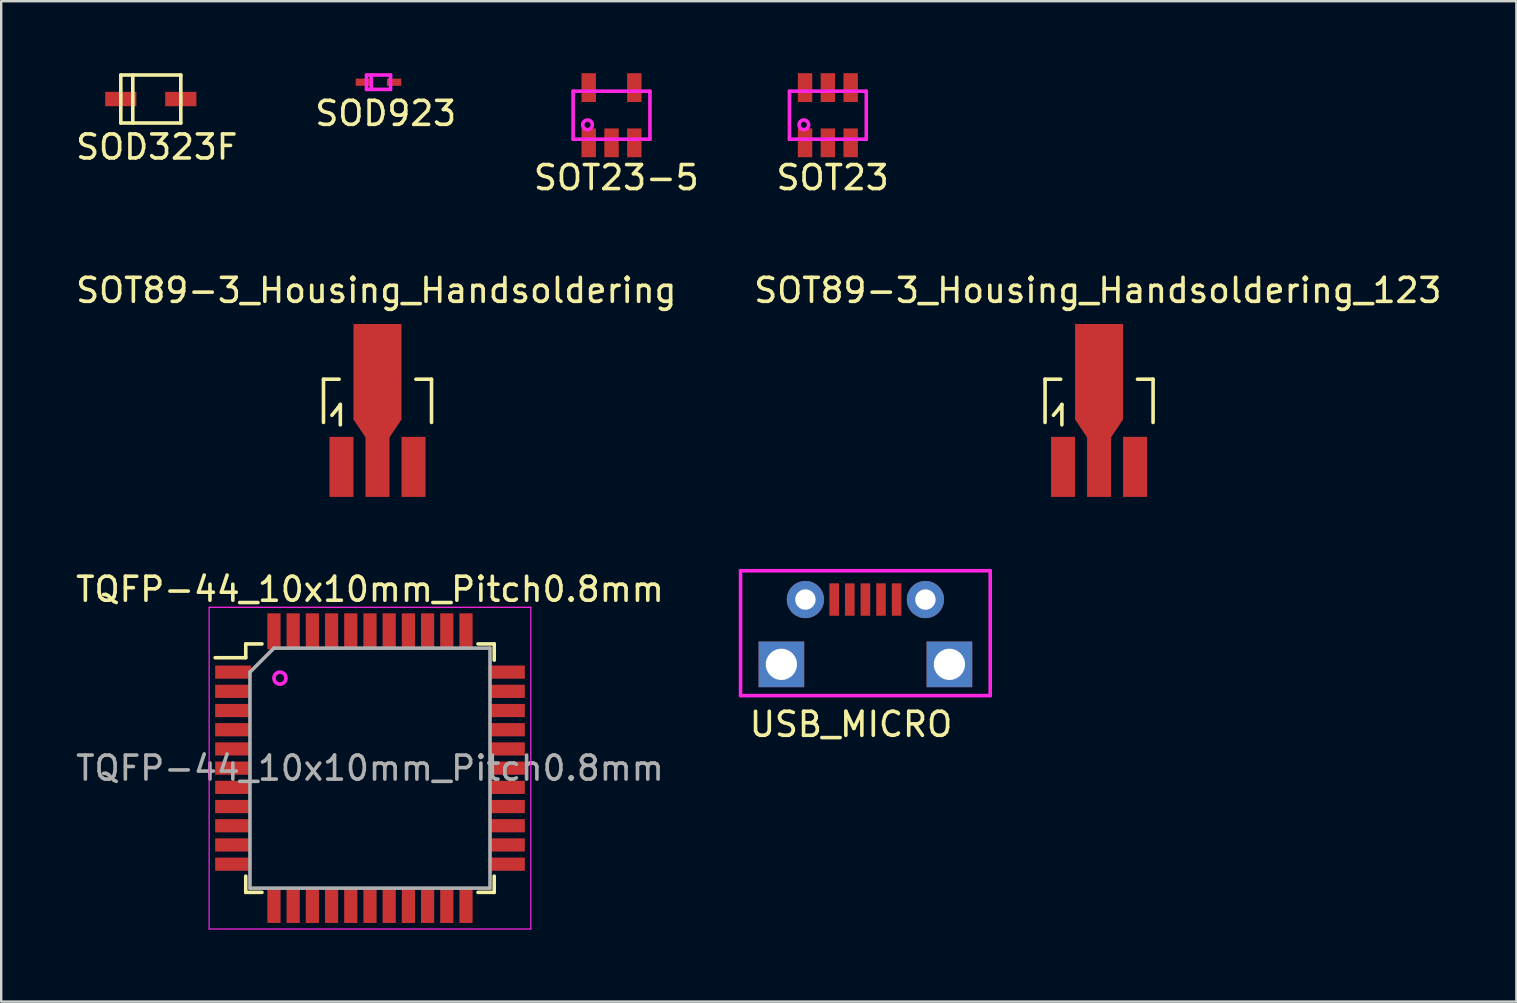
<source format=kicad_pcb>
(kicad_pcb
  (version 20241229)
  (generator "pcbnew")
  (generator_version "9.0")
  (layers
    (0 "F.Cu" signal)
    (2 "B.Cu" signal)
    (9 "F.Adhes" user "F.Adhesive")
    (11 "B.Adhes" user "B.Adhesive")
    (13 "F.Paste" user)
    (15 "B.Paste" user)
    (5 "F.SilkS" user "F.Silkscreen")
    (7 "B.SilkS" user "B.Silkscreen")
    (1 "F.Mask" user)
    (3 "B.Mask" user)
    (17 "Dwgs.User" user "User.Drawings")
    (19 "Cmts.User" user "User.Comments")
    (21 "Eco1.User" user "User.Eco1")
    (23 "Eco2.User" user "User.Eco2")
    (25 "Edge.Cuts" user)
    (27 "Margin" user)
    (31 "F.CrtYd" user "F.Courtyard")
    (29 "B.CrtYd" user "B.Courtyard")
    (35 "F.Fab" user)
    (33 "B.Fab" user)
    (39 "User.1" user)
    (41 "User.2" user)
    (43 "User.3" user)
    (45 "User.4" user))
  (footprint "SOD923"
    (layer "F.Cu")
    (at 12.718 0.375)
    (property "Reference" "SOD923" (at 0.3 1.3 0) (layer "F.SilkS") (effects (font (size 1 1) (thickness 0.15))))
    (attr through_hole)
    (fp_line (start -0.5 -0.3) (end 0.5 -0.3) (stroke (width 0.15) (type solid)) (layer "F.CrtYd"))
    (fp_line (start -0.5 0.3) (end -0.5 -0.3) (stroke (width 0.15) (type solid)) (layer "F.CrtYd"))
    (fp_line (start -0.3 -0.3) (end -0.3 0.3) (stroke (width 0.15) (type solid)) (layer "F.CrtYd"))
    (fp_line (start 0.5 -0.3) (end 0.5 0.3) (stroke (width 0.15) (type solid)) (layer "F.CrtYd"))
    (fp_line (start 0.5 0.3) (end -0.5 0.3) (stroke (width 0.15) (type solid)) (layer "F.CrtYd"))
    (pad "1" smd rect (at -0.65 0) (size 0.6 0.3) (layers "F.Cu" "F.Mask" "F.Paste"))
    (pad "2" smd rect (at 0.65 0) (size 0.6 0.3) (layers "F.Cu" "F.Mask" "F.Paste")))
  (footprint "SOD323F"
    (layer "F.Cu")
    (at 3.482 1.075)
    (property "Reference" "SOD323F" (at 0 2 0) (layer "F.SilkS") (effects (font (size 1 1) (thickness 0.15))))
    (attr through_hole)
    (fp_line (start -1.5 -1) (end -1.5 1) (stroke (width 0.15) (type solid)) (layer "F.SilkS"))
    (fp_line (start -1.5 1) (end 1 1) (stroke (width 0.15) (type solid)) (layer "F.SilkS"))
    (fp_line (start -1 -1) (end -1 1) (stroke (width 0.15) (type solid)) (layer "F.SilkS"))
    (fp_line (start 1 -1) (end -1.5 -1) (stroke (width 0.15) (type solid)) (layer "F.SilkS"))
    (fp_line (start 1 1) (end 1 -1) (stroke (width 0.15) (type solid)) (layer "F.SilkS"))
    (pad "1" smd rect (at -1.5 0) (size 1.3 0.6) (layers "F.Cu" "F.Mask" "F.Paste"))
    (pad "2" smd rect (at 1 0) (size 1.3 0.6) (layers "F.Cu" "F.Mask" "F.Paste")))
  (footprint "TQFP-44_10x10mm_Pitch0.8mm"
    (layer "F.Cu")
    (at 12.363 28.949)
    (property "Reference" "TQFP-44_10x10mm_Pitch0.8mm" (at 0 -7.45 0) (layer "F.SilkS") (effects (font (size 1 1) (thickness 0.15))))
    (attr smd)
    (fp_line (start -5.175 -5.175) (end -5.175 -4.6) (stroke (width 0.15) (type solid)) (layer "F.SilkS"))
    (fp_line (start -5.175 -5.175) (end -4.5 -5.175) (stroke (width 0.15) (type solid)) (layer "F.SilkS"))
    (fp_line (start -5.175 -4.6) (end -6.45 -4.6) (stroke (width 0.15) (type solid)) (layer "F.SilkS"))
    (fp_line (start -5.175 5.175) (end -5.175 4.5) (stroke (width 0.15) (type solid)) (layer "F.SilkS"))
    (fp_line (start -5.175 5.175) (end -4.5 5.175) (stroke (width 0.15) (type solid)) (layer "F.SilkS"))
    (fp_line (start 5.175 -5.175) (end 4.5 -5.175) (stroke (width 0.15) (type solid)) (layer "F.SilkS"))
    (fp_line (start 5.175 -5.175) (end 5.175 -4.5) (stroke (width 0.15) (type solid)) (layer "F.SilkS"))
    (fp_line (start 5.175 5.175) (end 4.5 5.175) (stroke (width 0.15) (type solid)) (layer "F.SilkS"))
    (fp_line (start 5.175 5.175) (end 5.175 4.5) (stroke (width 0.15) (type solid)) (layer "F.SilkS"))
    (fp_line (start -6.7 -6.7) (end -6.7 6.7) (stroke (width 0.05) (type solid)) (layer "F.CrtYd"))
    (fp_line (start -6.7 -6.7) (end 6.7 -6.7) (stroke (width 0.05) (type solid)) (layer "F.CrtYd"))
    (fp_line (start -6.7 6.7) (end 6.7 6.7) (stroke (width 0.05) (type solid)) (layer "F.CrtYd"))
    (fp_line (start 6.7 -6.7) (end 6.7 6.7) (stroke (width 0.05) (type solid)) (layer "F.CrtYd"))
    (fp_circle (center -3.75 -3.75) (end -3.5 -3.75) (stroke (width 0.15) (type solid)) (fill no) (layer "F.CrtYd"))
    (fp_line (start -5 -4) (end -4 -5) (stroke (width 0.15) (type solid)) (layer "F.Fab"))
    (fp_line (start -5 5) (end -5 -4) (stroke (width 0.15) (type solid)) (layer "F.Fab"))
    (fp_line (start -4 -5) (end 5 -5) (stroke (width 0.15) (type solid)) (layer "F.Fab"))
    (fp_line (start 5 -5) (end 5 5) (stroke (width 0.15) (type solid)) (layer "F.Fab"))
    (fp_line (start 5 5) (end -5 5) (stroke (width 0.15) (type solid)) (layer "F.Fab"))
    (fp_text user "${REFERENCE}" (at 0 0 0) (layer "F.Fab") (effects (font (size 1 1) (thickness 0.15))))
    (pad "1" smd rect (at -5.7 -4) (size 1.5 0.55) (layers "F.Cu" "F.Mask" "F.Paste"))
    (pad "2" smd rect (at -5.7 -3.2) (size 1.5 0.55) (layers "F.Cu" "F.Mask" "F.Paste"))
    (pad "3" smd rect (at -5.7 -2.4) (size 1.5 0.55) (layers "F.Cu" "F.Mask" "F.Paste"))
    (pad "4" smd rect (at -5.7 -1.6) (size 1.5 0.55) (layers "F.Cu" "F.Mask" "F.Paste"))
    (pad "5" smd rect (at -5.7 -0.8) (size 1.5 0.55) (layers "F.Cu" "F.Mask" "F.Paste"))
    (pad "6" smd rect (at -5.7 0) (size 1.5 0.55) (layers "F.Cu" "F.Mask" "F.Paste"))
    (pad "7" smd rect (at -5.7 0.8) (size 1.5 0.55) (layers "F.Cu" "F.Mask" "F.Paste"))
    (pad "8" smd rect (at -5.7 1.6) (size 1.5 0.55) (layers "F.Cu" "F.Mask" "F.Paste"))
    (pad "9" smd rect (at -5.7 2.4) (size 1.5 0.55) (layers "F.Cu" "F.Mask" "F.Paste"))
    (pad "10" smd rect (at -5.7 3.2) (size 1.5 0.55) (layers "F.Cu" "F.Mask" "F.Paste"))
    (pad "11" smd rect (at -5.7 4) (size 1.5 0.55) (layers "F.Cu" "F.Mask" "F.Paste"))
    (pad "12" smd rect (at -4 5.7 90) (size 1.5 0.55) (layers "F.Cu" "F.Mask" "F.Paste"))
    (pad "13" smd rect (at -3.2 5.7 90) (size 1.5 0.55) (layers "F.Cu" "F.Mask" "F.Paste"))
    (pad "14" smd rect (at -2.4 5.7 90) (size 1.5 0.55) (layers "F.Cu" "F.Mask" "F.Paste"))
    (pad "15" smd rect (at -1.6 5.7 90) (size 1.5 0.55) (layers "F.Cu" "F.Mask" "F.Paste"))
    (pad "16" smd rect (at -0.8 5.7 90) (size 1.5 0.55) (layers "F.Cu" "F.Mask" "F.Paste"))
    (pad "17" smd rect (at 0 5.7 90) (size 1.5 0.55) (layers "F.Cu" "F.Mask" "F.Paste"))
    (pad "18" smd rect (at 0.8 5.7 90) (size 1.5 0.55) (layers "F.Cu" "F.Mask" "F.Paste"))
    (pad "19" smd rect (at 1.6 5.7 90) (size 1.5 0.55) (layers "F.Cu" "F.Mask" "F.Paste"))
    (pad "20" smd rect (at 2.4 5.7 90) (size 1.5 0.55) (layers "F.Cu" "F.Mask" "F.Paste"))
    (pad "21" smd rect (at 3.2 5.7 90) (size 1.5 0.55) (layers "F.Cu" "F.Mask" "F.Paste"))
    (pad "22" smd rect (at 4 5.7 90) (size 1.5 0.55) (layers "F.Cu" "F.Mask" "F.Paste"))
    (pad "23" smd rect (at 5.7 4) (size 1.5 0.55) (layers "F.Cu" "F.Mask" "F.Paste"))
    (pad "24" smd rect (at 5.7 3.2) (size 1.5 0.55) (layers "F.Cu" "F.Mask" "F.Paste"))
    (pad "25" smd rect (at 5.7 2.4) (size 1.5 0.55) (layers "F.Cu" "F.Mask" "F.Paste"))
    (pad "26" smd rect (at 5.7 1.6) (size 1.5 0.55) (layers "F.Cu" "F.Mask" "F.Paste"))
    (pad "27" smd rect (at 5.7 0.8) (size 1.5 0.55) (layers "F.Cu" "F.Mask" "F.Paste"))
    (pad "28" smd rect (at 5.7 0) (size 1.5 0.55) (layers "F.Cu" "F.Mask" "F.Paste"))
    (pad "29" smd rect (at 5.7 -0.8) (size 1.5 0.55) (layers "F.Cu" "F.Mask" "F.Paste"))
    (pad "30" smd rect (at 5.7 -1.6) (size 1.5 0.55) (layers "F.Cu" "F.Mask" "F.Paste"))
    (pad "31" smd rect (at 5.7 -2.4) (size 1.5 0.55) (layers "F.Cu" "F.Mask" "F.Paste"))
    (pad "32" smd rect (at 5.7 -3.2) (size 1.5 0.55) (layers "F.Cu" "F.Mask" "F.Paste"))
    (pad "33" smd rect (at 5.7 -4) (size 1.5 0.55) (layers "F.Cu" "F.Mask" "F.Paste"))
    (pad "34" smd rect (at 4 -5.7 90) (size 1.5 0.55) (layers "F.Cu" "F.Mask" "F.Paste"))
    (pad "35" smd rect (at 3.2 -5.7 90) (size 1.5 0.55) (layers "F.Cu" "F.Mask" "F.Paste"))
    (pad "36" smd rect (at 2.4 -5.7 90) (size 1.5 0.55) (layers "F.Cu" "F.Mask" "F.Paste"))
    (pad "37" smd rect (at 1.6 -5.7 90) (size 1.5 0.55) (layers "F.Cu" "F.Mask" "F.Paste"))
    (pad "38" smd rect (at 0.8 -5.7 90) (size 1.5 0.55) (layers "F.Cu" "F.Mask" "F.Paste"))
    (pad "39" smd rect (at 0 -5.7 90) (size 1.5 0.55) (layers "F.Cu" "F.Mask" "F.Paste"))
    (pad "40" smd rect (at -0.8 -5.7 90) (size 1.5 0.55) (layers "F.Cu" "F.Mask" "F.Paste"))
    (pad "41" smd rect (at -1.6 -5.7 90) (size 1.5 0.55) (layers "F.Cu" "F.Mask" "F.Paste"))
    (pad "42" smd rect (at -2.4 -5.7 90) (size 1.5 0.55) (layers "F.Cu" "F.Mask" "F.Paste"))
    (pad "43" smd rect (at -3.2 -5.7 90) (size 1.5 0.55) (layers "F.Cu" "F.Mask" "F.Paste"))
    (pad "44" smd rect (at -4 -5.7 90) (size 1.5 0.55) (layers "F.Cu" "F.Mask" "F.Paste")))
  (footprint "USB_MICRO"
    (layer "F.Cu")
    (at 33.001 21.926)
    (property "Reference" "USB_MICRO" (at -0.6 5.2 0) (layer "F.SilkS") (effects (font (size 1 1) (thickness 0.15))))
    (attr through_hole)
    (fp_line (start -5.2 -1.2) (end -5.2 4) (stroke (width 0.15) (type solid)) (layer "F.CrtYd"))
    (fp_line (start -5.2 4) (end 5.2 4) (stroke (width 0.15) (type solid)) (layer "F.CrtYd"))
    (fp_line (start 5.2 -1.2) (end -5.2 -1.2) (stroke (width 0.15) (type solid)) (layer "F.CrtYd"))
    (fp_line (start 5.2 4) (end 5.2 -1.2) (stroke (width 0.15) (type solid)) (layer "F.CrtYd"))
    (pad "1" smd rect (at -1.3 0) (size 0.4 1.35) (layers "F.Cu" "F.Mask" "F.Paste"))
    (pad "2" smd rect (at -0.65 0) (size 0.4 1.35) (layers "F.Cu" "F.Mask" "F.Paste"))
    (pad "3" smd rect (at 0 0) (size 0.4 1.35) (layers "F.Cu" "F.Mask" "F.Paste"))
    (pad "4" smd rect (at 0.65 0) (size 0.4 1.35) (layers "F.Cu" "F.Mask" "F.Paste"))
    (pad "5" smd rect (at 1.3 0) (size 0.4 1.35) (layers "F.Cu" "F.Mask" "F.Paste"))
    (pad "6" thru_hole rect (at -3.5 2.7) (size 1.9 1.9) (drill 1.3) (layers "*.Cu" "*.Mask"))
    (pad "6" thru_hole circle (at -2.5 0) (size 1.55 1.55) (drill 0.85) (layers "*.Cu" "*.Mask"))
    (pad "6" thru_hole circle (at 2.5 0) (size 1.55 1.55) (drill 0.85) (layers "*.Cu" "*.Mask"))
    (pad "6" thru_hole rect (at 3.5 2.7) (size 1.9 1.9) (drill 1.3) (layers "*.Cu" "*.Mask")))
  (footprint "SOT23-5"
    (layer "F.Cu")
    (at 22.425 1.75)
    (property "Reference" "SOT23-5" (at 0.2 2.6 0) (layer "F.SilkS") (effects (font (size 1 1) (thickness 0.15))))
    (attr through_hole)
    (fp_line (start -1.6 -1) (end 1.6 -1) (stroke (width 0.15) (type solid)) (layer "F.CrtYd"))
    (fp_line (start -1.6 1) (end -1.6 -1) (stroke (width 0.15) (type solid)) (layer "F.CrtYd"))
    (fp_line (start 1.6 -1) (end 1.6 1) (stroke (width 0.15) (type solid)) (layer "F.CrtYd"))
    (fp_line (start 1.6 1) (end -1.6 1) (stroke (width 0.15) (type solid)) (layer "F.CrtYd"))
    (fp_circle (center -1 0.4) (end -1 0.6) (stroke (width 0.15) (type solid)) (fill no) (layer "F.CrtYd"))
    (pad "1" smd rect (at -0.95 1.15) (size 0.6 1.2) (layers "F.Cu" "F.Mask" "F.Paste"))
    (pad "2" smd rect (at 0 1.15) (size 0.6 1.2) (layers "F.Cu" "F.Mask" "F.Paste"))
    (pad "3" smd rect (at 0.95 1.15) (size 0.6 1.2) (layers "F.Cu" "F.Mask" "F.Paste"))
    (pad "4" smd rect (at 0.95 -1.15) (size 0.6 1.2) (layers "F.Cu" "F.Mask" "F.Paste"))
    (pad "5" smd rect (at -0.95 -1.15) (size 0.6 1.2) (layers "F.Cu" "F.Mask" "F.Paste")))
  (footprint "SOT89-3_Housing_Handsoldering"
    (layer "F.Cu")
    (at 12.676 14.048)
    (property "Reference" "SOT89-3_Housing_Handsoldering" (at -0.051 -5.001 0) (layer "F.SilkS") (effects (font (size 1 1) (thickness 0.15))))
    (attr smd)
    (fp_line (start -2.25 -1.3) (end -2.25 0.5) (stroke (width 0.15) (type solid)) (layer "F.SilkS"))
    (fp_line (start -2.25 -1.3) (end -1.6 -1.3) (stroke (width 0.15) (type solid)) (layer "F.SilkS"))
    (fp_line (start -1.9 0.201) (end -1.651 -0.099) (stroke (width 0.15) (type solid)) (layer "F.SilkS"))
    (fp_line (start -1.651 -0.099) (end -1.549 -0.249) (stroke (width 0.15) (type solid)) (layer "F.SilkS"))
    (fp_line (start -1.549 -0.249) (end -1.549 0.599) (stroke (width 0.15) (type solid)) (layer "F.SilkS"))
    (fp_line (start 2.25 -1.3) (end 1.6 -1.3) (stroke (width 0.15) (type solid)) (layer "F.SilkS"))
    (fp_line (start 2.25 -1.3) (end 2.25 0.5) (stroke (width 0.15) (type solid)) (layer "F.SilkS"))
    (pad "1" smd rect (at 1.501 2.352) (size 1.001 2.502) (layers "F.Cu" "F.Mask" "F.Paste"))
    (pad "2" smd rect (at 0 -1.6) (size 1.999 4) (layers "F.Cu" "F.Mask" "F.Paste"))
    (pad "2" smd trapezoid (at 0 0.749 180) (size 1.501 0.749) (rect_delta 0 0.5) (layers "F.Cu" "F.Mask" "F.Paste"))
    (pad "2" smd rect (at 0 2.352) (size 1.001 2.502) (layers "F.Cu" "F.Mask" "F.Paste"))
    (pad "3" smd rect (at -1.501 2.352) (size 1.001 2.502) (layers "F.Cu" "F.Mask" "F.Paste")))
  (footprint "SOT89-3_Housing_Handsoldering_123"
    (layer "F.Cu")
    (at 42.735 14.048)
    (property "Reference" "SOT89-3_Housing_Handsoldering_123" (at -0.051 -5.001 0) (layer "F.SilkS") (effects (font (size 1 1) (thickness 0.15))))
    (attr smd)
    (fp_line (start -2.25 -1.3) (end -2.25 0.5) (stroke (width 0.15) (type solid)) (layer "F.SilkS"))
    (fp_line (start -2.25 -1.3) (end -1.6 -1.3) (stroke (width 0.15) (type solid)) (layer "F.SilkS"))
    (fp_line (start -1.9 0.201) (end -1.651 -0.099) (stroke (width 0.15) (type solid)) (layer "F.SilkS"))
    (fp_line (start -1.651 -0.099) (end -1.549 -0.249) (stroke (width 0.15) (type solid)) (layer "F.SilkS"))
    (fp_line (start -1.549 -0.249) (end -1.549 0.599) (stroke (width 0.15) (type solid)) (layer "F.SilkS"))
    (fp_line (start 2.25 -1.3) (end 1.6 -1.3) (stroke (width 0.15) (type solid)) (layer "F.SilkS"))
    (fp_line (start 2.25 -1.3) (end 2.25 0.5) (stroke (width 0.15) (type solid)) (layer "F.SilkS"))
    (pad "1" smd rect (at -1.501 2.352) (size 1.001 2.502) (layers "F.Cu" "F.Mask" "F.Paste"))
    (pad "2" smd rect (at 0 -1.6) (size 1.999 4) (layers "F.Cu" "F.Mask" "F.Paste"))
    (pad "2" smd trapezoid (at 0 0.749 180) (size 1.501 0.749) (rect_delta 0 0.5) (layers "F.Cu" "F.Mask" "F.Paste"))
    (pad "2" smd rect (at 0 2.352) (size 1.001 2.502) (layers "F.Cu" "F.Mask" "F.Paste"))
    (pad "3" smd rect (at 1.501 2.352) (size 1.001 2.502) (layers "F.Cu" "F.Mask" "F.Paste")))
  (footprint "SOT23"
    (layer "F.Cu")
    (at 31.437 1.75)
    (property "Reference" "SOT23" (at 0.2 2.6 0) (layer "F.SilkS") (effects (font (size 1 1) (thickness 0.15))))
    (attr through_hole)
    (fp_line (start -1.6 -1) (end 1.6 -1) (stroke (width 0.15) (type solid)) (layer "F.CrtYd"))
    (fp_line (start -1.6 1) (end -1.6 -1) (stroke (width 0.15) (type solid)) (layer "F.CrtYd"))
    (fp_line (start 1.6 -1) (end 1.6 1) (stroke (width 0.15) (type solid)) (layer "F.CrtYd"))
    (fp_line (start 1.6 1) (end -1.6 1) (stroke (width 0.15) (type solid)) (layer "F.CrtYd"))
    (fp_circle (center -1 0.4) (end -1 0.6) (stroke (width 0.15) (type solid)) (fill no) (layer "F.CrtYd"))
    (pad "1" smd rect (at -0.95 1.15) (size 0.6 1.2) (layers "F.Cu" "F.Mask" "F.Paste"))
    (pad "2" smd rect (at 0 1.15) (size 0.6 1.2) (layers "F.Cu" "F.Mask" "F.Paste"))
    (pad "3" smd rect (at 0.95 1.15) (size 0.6 1.2) (layers "F.Cu" "F.Mask" "F.Paste"))
    (pad "4" smd rect (at 0.95 -1.15) (size 0.6 1.2) (layers "F.Cu" "F.Mask" "F.Paste"))
    (pad "5" smd rect (at 0 -1.15) (size 0.6 1.2) (layers "F.Cu" "F.Mask" "F.Paste"))
    (pad "6" smd rect (at -0.95 -1.15) (size 0.6 1.2) (layers "F.Cu" "F.Mask" "F.Paste")))
  (gr_rect
    (start -3 -3)
    (end 60.119 38.674)
    (stroke (width 0.1) (type default))
    (fill no)
    (layer "Edge.Cuts")))
</source>
